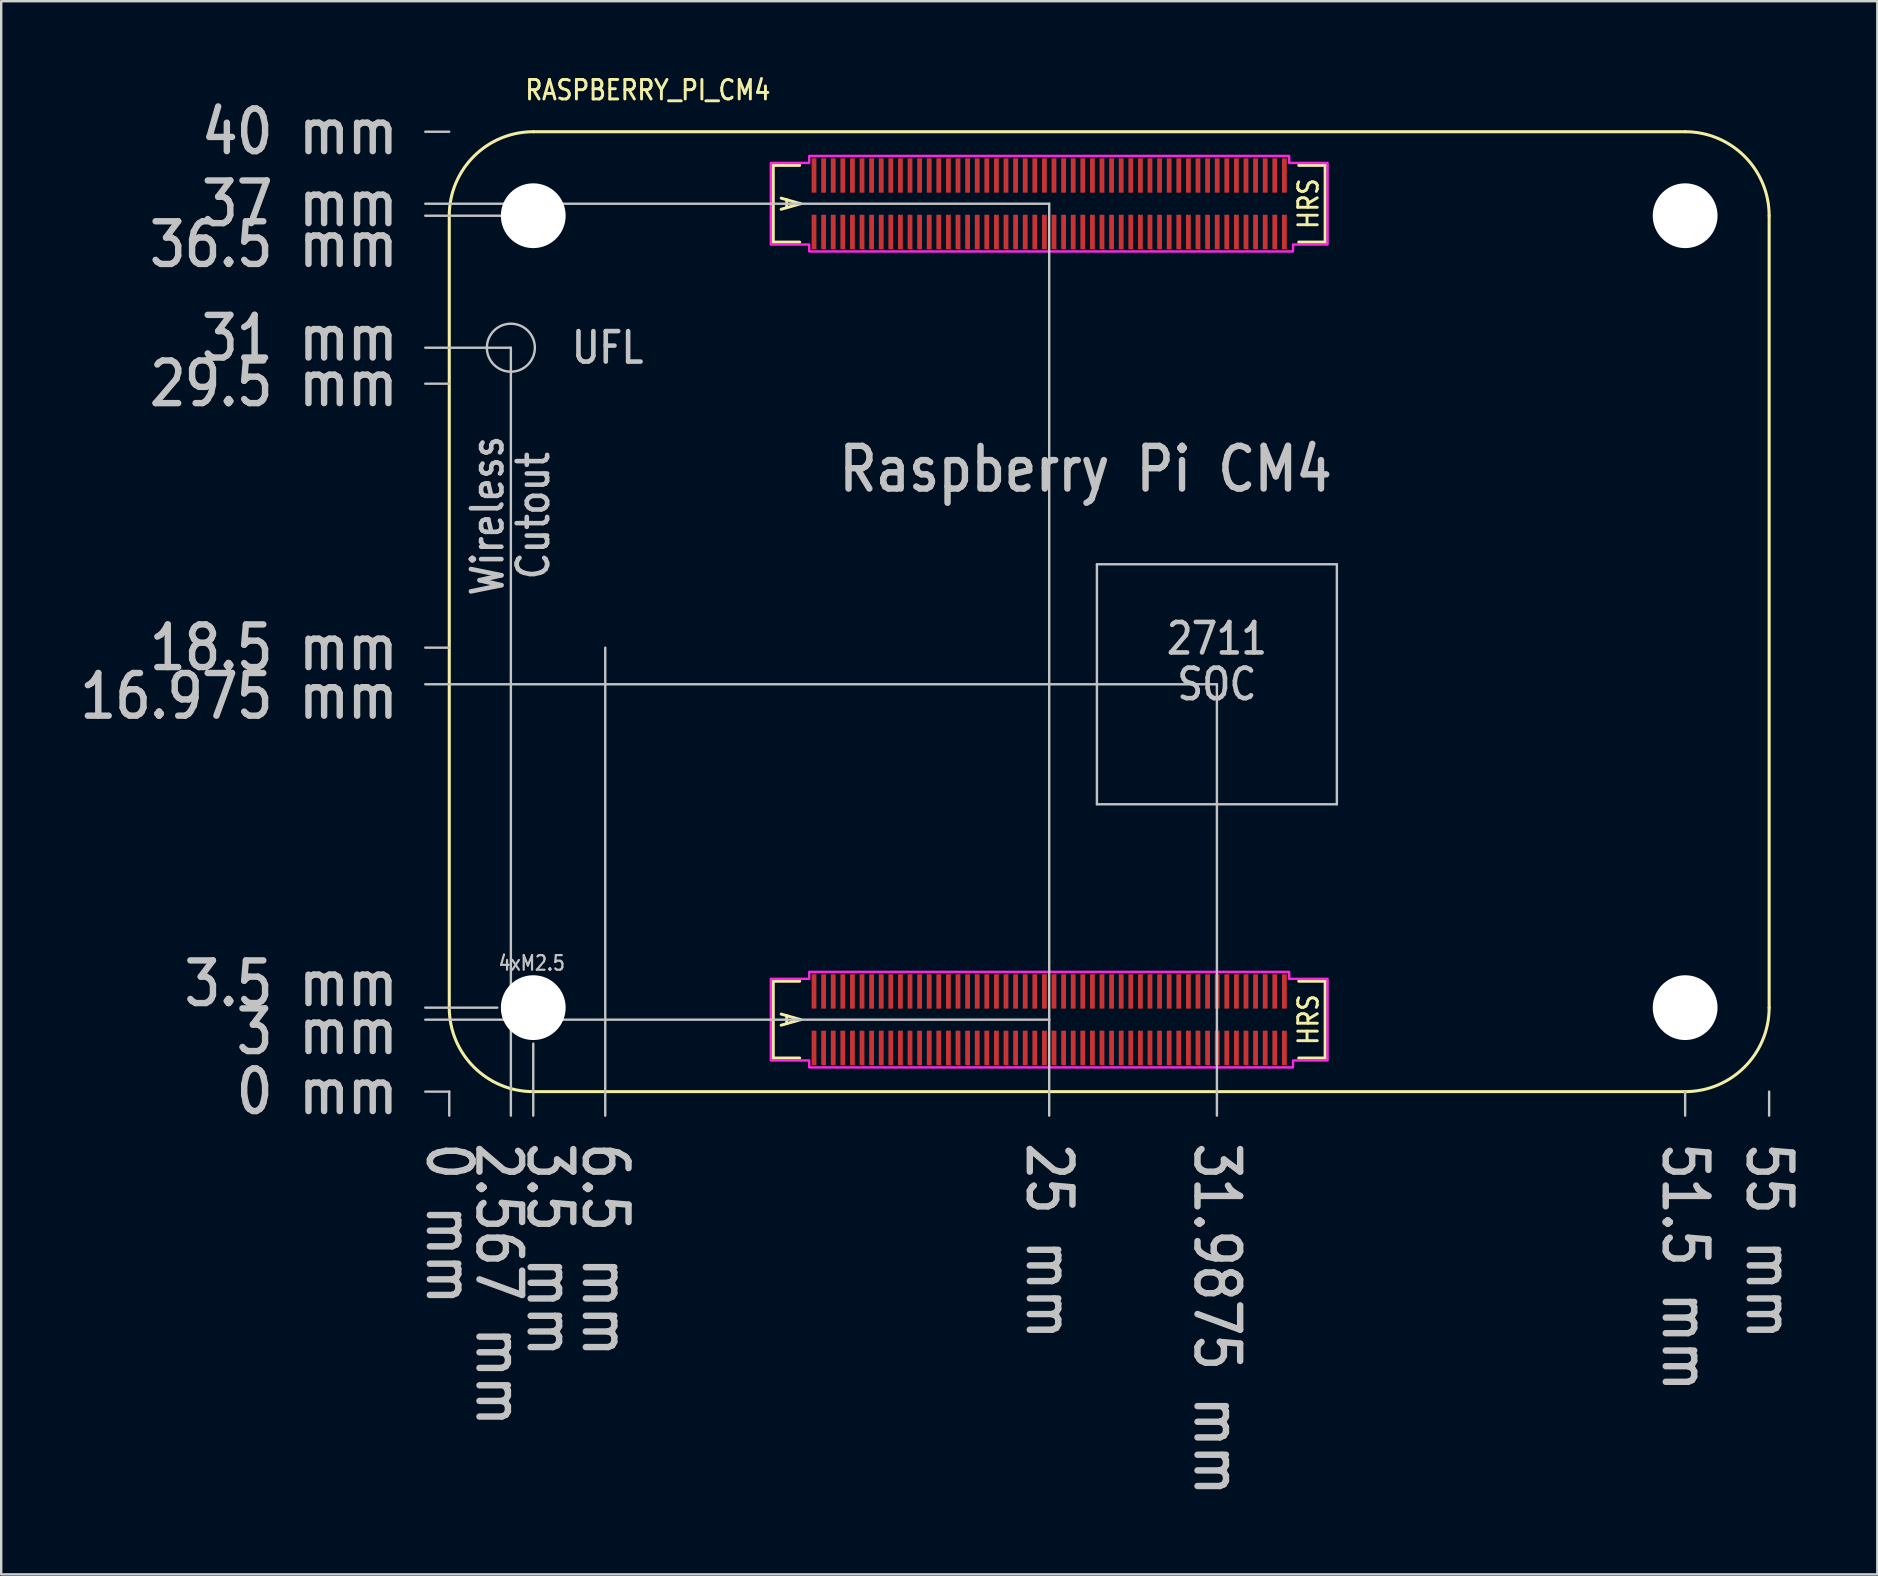
<source format=kicad_pcb>
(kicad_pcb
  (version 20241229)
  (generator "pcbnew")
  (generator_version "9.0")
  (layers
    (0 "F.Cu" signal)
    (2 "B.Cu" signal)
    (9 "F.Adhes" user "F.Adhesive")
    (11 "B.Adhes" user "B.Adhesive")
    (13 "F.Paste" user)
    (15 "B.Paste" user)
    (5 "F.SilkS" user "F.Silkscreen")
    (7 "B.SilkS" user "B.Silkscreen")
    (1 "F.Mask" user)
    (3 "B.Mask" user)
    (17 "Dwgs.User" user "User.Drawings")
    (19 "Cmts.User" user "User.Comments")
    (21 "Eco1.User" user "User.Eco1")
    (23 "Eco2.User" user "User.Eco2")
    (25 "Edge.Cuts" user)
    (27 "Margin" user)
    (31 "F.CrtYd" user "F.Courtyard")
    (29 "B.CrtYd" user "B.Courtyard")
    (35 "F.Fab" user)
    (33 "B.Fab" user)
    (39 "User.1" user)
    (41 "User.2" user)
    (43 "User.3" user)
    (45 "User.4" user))
  (footprint "RASPBERRY_PI_CM4"
    (layer "F.Cu")
    (at 15.671 42.439)
    (property "Reference" "RASPBERRY_PI_CM4" (at 3.1 -41.26 0) (unlocked yes) (layer "F.SilkS") (effects (font (size 0.813 0.695) (thickness 0.122)) (justify left bottom)))
    (fp_poly (pts (xy 0 -29.5) (xy 6.5 -29.5) (xy 6.5 -18.5) (xy 0 -18.5)) (stroke (width 0) (type solid)) (fill yes) (layer "F.Mask"))
    (fp_poly (pts (xy 6.5 -29.5) (xy 0 -29.5) (xy 0 -18.5) (xy 6.5 -18.5)) (stroke (width 0) (type solid)) (fill yes) (layer "B.Mask"))
    (fp_line (start 0 -3.5) (end 0 -36.5) (stroke (width 0.127) (type solid)) (layer "F.SilkS"))
    (fp_line (start 3.5 -40) (end 51.5 -40) (stroke (width 0.127) (type solid)) (layer "F.SilkS"))
    (fp_line (start 13.5 -38.6) (end 13.5 -35.4) (stroke (width 0.127) (type solid)) (layer "F.SilkS"))
    (fp_line (start 13.5 -35.4) (end 14.6 -35.4) (stroke (width 0.127) (type solid)) (layer "F.SilkS"))
    (fp_line (start 13.5 -4.6) (end 13.5 -1.4) (stroke (width 0.127) (type solid)) (layer "F.SilkS"))
    (fp_line (start 13.5 -1.4) (end 14.6 -1.4) (stroke (width 0.127) (type solid)) (layer "F.SilkS"))
    (fp_line (start 14.6 -38.6) (end 13.5 -38.6) (stroke (width 0.127) (type solid)) (layer "F.SilkS"))
    (fp_line (start 14.6 -4.6) (end 13.5 -4.6) (stroke (width 0.127) (type solid)) (layer "F.SilkS"))
    (fp_line (start 35.4 -38.6) (end 36.5 -38.6) (stroke (width 0.127) (type solid)) (layer "F.SilkS"))
    (fp_line (start 35.4 -4.6) (end 36.5 -4.6) (stroke (width 0.127) (type solid)) (layer "F.SilkS"))
    (fp_line (start 36.5 -38.6) (end 36.5 -35.4) (stroke (width 0.127) (type solid)) (layer "F.SilkS"))
    (fp_line (start 36.5 -35.4) (end 35.4 -35.4) (stroke (width 0.127) (type solid)) (layer "F.SilkS"))
    (fp_line (start 36.5 -4.6) (end 36.5 -1.4) (stroke (width 0.127) (type solid)) (layer "F.SilkS"))
    (fp_line (start 36.5 -1.4) (end 35.4 -1.4) (stroke (width 0.127) (type solid)) (layer "F.SilkS"))
    (fp_line (start 51.5 0) (end 3.5 0) (stroke (width 0.127) (type solid)) (layer "F.SilkS"))
    (fp_line (start 55 -36.5) (end 55 -3.5) (stroke (width 0.127) (type solid)) (layer "F.SilkS"))
    (fp_arc (start 0 -36.5) (mid 1.025126 -38.974874) (end 3.5 -40) (stroke (width 0.127) (type solid)) (layer "F.SilkS"))
    (fp_arc (start 3.5 0) (mid 1.025126 -1.025126) (end 0 -3.5) (stroke (width 0.127) (type solid)) (layer "F.SilkS"))
    (fp_arc (start 51.5 -40) (mid 53.974874 -38.974874) (end 55 -36.5) (stroke (width 0.127) (type solid)) (layer "F.SilkS"))
    (fp_arc (start 55 -3.5) (mid 53.974874 -1.025126) (end 51.5 0) (stroke (width 0.127) (type solid)) (layer "F.SilkS"))
    (fp_line (start 0 -40) (end -1 -40) (stroke (width 0.1) (type solid)) (layer "Dwgs.User"))
    (fp_line (start 0 -29.5) (end -1 -29.5) (stroke (width 0.1) (type solid)) (layer "Dwgs.User"))
    (fp_line (start 0 -18.5) (end -1 -18.5) (stroke (width 0.1) (type solid)) (layer "Dwgs.User"))
    (fp_line (start 0 0) (end -1 0) (stroke (width 0.1) (type solid)) (layer "Dwgs.User"))
    (fp_line (start 0 0) (end 0 1) (stroke (width 0.1) (type solid)) (layer "Dwgs.User"))
    (fp_line (start 2 -3.5) (end -1 -3.5) (stroke (width 0.1) (type solid)) (layer "Dwgs.User"))
    (fp_line (start 2.567 -31) (end -1 -31) (stroke (width 0.1) (type solid)) (layer "Dwgs.User"))
    (fp_line (start 2.567 -31) (end 2.567 1) (stroke (width 0.1) (type solid)) (layer "Dwgs.User"))
    (fp_line (start 3.5 -36.5) (end -1 -36.5) (stroke (width 0.1) (type solid)) (layer "Dwgs.User"))
    (fp_line (start 3.5 -2) (end 3.5 1) (stroke (width 0.1) (type solid)) (layer "Dwgs.User"))
    (fp_line (start 6.5 -18.5) (end 6.5 1) (stroke (width 0.1) (type solid)) (layer "Dwgs.User"))
    (fp_line (start 25 -37) (end -1 -37) (stroke (width 0.1) (type solid)) (layer "Dwgs.User"))
    (fp_line (start 25 -37) (end 25 -3) (stroke (width 0.1) (type solid)) (layer "Dwgs.User"))
    (fp_line (start 25 -3) (end -1 -3) (stroke (width 0.1) (type solid)) (layer "Dwgs.User"))
    (fp_line (start 25 -3) (end 25 1) (stroke (width 0.1) (type solid)) (layer "Dwgs.User"))
    (fp_line (start 26.988 -21.975) (end 26.988 -11.975) (stroke (width 0.1) (type solid)) (layer "Dwgs.User"))
    (fp_line (start 26.988 -21.975) (end 36.987 -21.975) (stroke (width 0.1) (type solid)) (layer "Dwgs.User"))
    (fp_line (start 31.988 -16.975) (end -1 -16.975) (stroke (width 0.1) (type solid)) (layer "Dwgs.User"))
    (fp_line (start 31.988 -16.975) (end 31.988 1) (stroke (width 0.1) (type solid)) (layer "Dwgs.User"))
    (fp_line (start 36.987 -21.975) (end 36.987 -11.975) (stroke (width 0.1) (type solid)) (layer "Dwgs.User"))
    (fp_line (start 36.987 -11.975) (end 26.988 -11.975) (stroke (width 0.1) (type solid)) (layer "Dwgs.User"))
    (fp_line (start 51.5 0) (end 51.5 1) (stroke (width 0.1) (type solid)) (layer "Dwgs.User"))
    (fp_line (start 55 0) (end 55 1) (stroke (width 0.1) (type solid)) (layer "Dwgs.User"))
    (fp_circle (center 2.567 -31) (end 3.567 -31) (stroke (width 0.1) (type solid)) (fill no) (layer "Dwgs.User"))
    (fp_poly (pts (xy 13.4 -38.7) (xy 15 -38.7) (xy 15 -38.99) (xy 35 -38.99) (xy 35 -38.7) (xy 36.6 -38.7) (xy 36.6 -35.3) (xy 35.16 -35.3) (xy 35.16 -35.01) (xy 15 -35.01) (xy 15 -35.3) (xy 13.4 -35.3)) (stroke (width 0.1) (type solid)) (fill no) (layer "F.CrtYd"))
    (fp_poly (pts (xy 13.4 -4.7) (xy 15 -4.7) (xy 15 -4.99) (xy 35 -4.99) (xy 35 -4.7) (xy 36.6 -4.7) (xy 36.6 -1.3) (xy 35.16 -1.3) (xy 35.16 -1.01) (xy 15 -1.01) (xy 15 -1.3) (xy 13.4 -1.3)) (stroke (width 0.1) (type solid)) (fill no) (layer "F.CrtYd"))
    (fp_text user "HRS" (at 35.8 -3 90) (unlocked yes) (layer "F.SilkS") (effects (font (size 0.813 0.695) (thickness 0.122))))
    (fp_text user "A" (at 14.2 -3 270) (unlocked yes) (layer "F.SilkS") (effects (font (size 0.813 0.695) (thickness 0.122))))
    (fp_text user "A" (at 14.2 -37 270) (unlocked yes) (layer "F.SilkS") (effects (font (size 0.813 0.695) (thickness 0.122))))
    (fp_text user "HRS" (at 35.8 -37 90) (unlocked yes) (layer "F.SilkS") (effects (font (size 0.813 0.695) (thickness 0.122))))
    (fp_text user "31 mm" (at -2 -31.4 0) (unlocked yes) (layer "Dwgs.User") (effects (font (size 1.778 1.52) (thickness 0.267)) (justify right)))
    (fp_text user "3 mm" (at -2 -2.5 0) (unlocked yes) (layer "Dwgs.User") (effects (font (size 1.778 1.52) (thickness 0.267)) (justify right)))
    (fp_text user "40 mm" (at -2 -40 0) (unlocked yes) (layer "Dwgs.User") (effects (font (size 1.778 1.52) (thickness 0.267)) (justify right)))
    (fp_text user "29.5 mm" (at -2 -29.5 0) (unlocked yes) (layer "Dwgs.User") (effects (font (size 1.778 1.52) (thickness 0.267)) (justify right)))
    (fp_text user "37 mm" (at -2 -37 0) (unlocked yes) (layer "Dwgs.User") (effects (font (size 1.778 1.52) (thickness 0.267)) (justify right)))
    (fp_text user "3.5 mm" (at -2 -4.5 0) (unlocked yes) (layer "Dwgs.User") (effects (font (size 1.778 1.52) (thickness 0.267)) (justify right)))
    (fp_text user "31.9875 mm" (at 31.988 2 270) (unlocked yes) (layer "Dwgs.User") (effects (font (size 1.778 1.52) (thickness 0.267)) (justify left)))
    (fp_text user "55 mm" (at 55 2 270) (unlocked yes) (layer "Dwgs.User") (effects (font (size 1.778 1.52) (thickness 0.267)) (justify left)))
    (fp_text user "36.5 mm" (at -2 -35.3 0) (unlocked yes) (layer "Dwgs.User") (effects (font (size 1.778 1.52) (thickness 0.267)) (justify right)))
    (fp_text user "UFL" (at 5 -31 0) (unlocked yes) (layer "Dwgs.User") (effects (font (size 1.27 1.086) (thickness 0.191)) (justify left)))
    (fp_text user "2711" (at 31.988 -18.88 0) (unlocked yes) (layer "Dwgs.User") (effects (font (size 1.27 1.086) (thickness 0.191))))
    (fp_text user "3.5 mm" (at 4.2 2 270) (unlocked yes) (layer "Dwgs.User") (effects (font (size 1.778 1.52) (thickness 0.267)) (justify left)))
    (fp_text user "25 mm" (at 25 2 270) (unlocked yes) (layer "Dwgs.User") (effects (font (size 1.778 1.52) (thickness 0.267)) (justify left)))
    (fp_text user "SOC" (at 31.988 -16.975 0) (unlocked yes) (layer "Dwgs.User") (effects (font (size 1.27 1.086) (thickness 0.191))))
    (fp_text user "6.5 mm" (at 6.5 2 270) (unlocked yes) (layer "Dwgs.User") (effects (font (size 1.778 1.52) (thickness 0.267)) (justify left)))
    (fp_text user "4xM2.5" (at 2 -5 0) (unlocked yes) (layer "Dwgs.User") (effects (font (size 0.61 0.521) (thickness 0.091)) (justify left bottom)))
    (fp_text user "0 mm" (at -2 0 0) (unlocked yes) (layer "Dwgs.User") (effects (font (size 1.778 1.52) (thickness 0.267)) (justify right)))
    (fp_text user "16.975 mm" (at -2 -16.475 0) (unlocked yes) (layer "Dwgs.User") (effects (font (size 1.778 1.52) (thickness 0.267)) (justify right)))
    (fp_text user "2.567 mm" (at 2.067 2 270) (unlocked yes) (layer "Dwgs.User") (effects (font (size 1.778 1.52) (thickness 0.267)) (justify left)))
    (fp_text user "18.5 mm" (at -2 -18.5 0) (unlocked yes) (layer "Dwgs.User") (effects (font (size 1.778 1.52) (thickness 0.267)) (justify right)))
    (fp_text user "Raspberry Pi CM4" (at 16.1 -24.9 0) (unlocked yes) (layer "Dwgs.User") (effects (font (size 1.778 1.52) (thickness 0.267)) (justify left bottom)))
    (fp_text user "Cutout" (at 3.5 -24 90) (unlocked yes) (layer "Dwgs.User") (effects (font (size 1.27 1.086) (thickness 0.191))))
    (fp_text user "51.5 mm" (at 51.5 2 270) (unlocked yes) (layer "Dwgs.User") (effects (font (size 1.778 1.52) (thickness 0.267)) (justify left)))
    (fp_text user "0 mm" (at 0 2 270) (unlocked yes) (layer "Dwgs.User") (effects (font (size 1.778 1.52) (thickness 0.267)) (justify left)))
    (fp_text user "Wireless" (at 1.595 -24 90) (unlocked yes) (layer "Dwgs.User") (effects (font (size 1.27 1.086) (thickness 0.191))))
    (pad "" np_thru_hole circle (at 3.5 -36.5) (size 2.7 2.7) (drill 2.7) (layers "*.Cu" "*.Mask"))
    (pad "" np_thru_hole circle (at 3.5 -3.5) (size 2.7 2.7) (drill 2.7) (layers "*.Cu" "*.Mask"))
    (pad "" np_thru_hole circle (at 51.5 -36.5) (size 2.7 2.7) (drill 2.7) (layers "*.Cu" "*.Mask"))
    (pad "" np_thru_hole circle (at 51.5 -3.5) (size 2.7 2.7) (drill 2.7) (layers "*.Cu" "*.Mask"))
    (pad "P$1" smd rect (at 34.8 -38.175) (size 0.2 1.43) (layers "F.Cu" "F.Mask" "F.Paste"))
    (pad "P$2" smd rect (at 34.8 -35.825) (size 0.2 1.43) (layers "F.Cu" "F.Mask" "F.Paste"))
    (pad "P$3" smd rect (at 34.4 -38.175) (size 0.2 1.43) (layers "F.Cu" "F.Mask" "F.Paste"))
    (pad "P$4" smd rect (at 34.4 -35.825) (size 0.2 1.43) (layers "F.Cu" "F.Mask" "F.Paste"))
    (pad "P$5" smd rect (at 34 -38.175) (size 0.2 1.43) (layers "F.Cu" "F.Mask" "F.Paste"))
    (pad "P$6" smd rect (at 34 -35.825) (size 0.2 1.43) (layers "F.Cu" "F.Mask" "F.Paste"))
    (pad "P$7" smd rect (at 33.6 -38.175) (size 0.2 1.43) (layers "F.Cu" "F.Mask" "F.Paste"))
    (pad "P$8" smd rect (at 33.6 -35.825) (size 0.2 1.43) (layers "F.Cu" "F.Mask" "F.Paste"))
    (pad "P$9" smd rect (at 33.2 -38.175) (size 0.2 1.43) (layers "F.Cu" "F.Mask" "F.Paste"))
    (pad "P$10" smd rect (at 33.2 -35.825) (size 0.2 1.43) (layers "F.Cu" "F.Mask" "F.Paste"))
    (pad "P$11" smd rect (at 32.8 -38.175) (size 0.2 1.43) (layers "F.Cu" "F.Mask" "F.Paste"))
    (pad "P$12" smd rect (at 32.8 -35.825) (size 0.2 1.43) (layers "F.Cu" "F.Mask" "F.Paste"))
    (pad "P$13" smd rect (at 32.4 -38.175) (size 0.2 1.43) (layers "F.Cu" "F.Mask" "F.Paste"))
    (pad "P$14" smd rect (at 32.4 -35.825) (size 0.2 1.43) (layers "F.Cu" "F.Mask" "F.Paste"))
    (pad "P$15" smd rect (at 32 -38.175) (size 0.2 1.43) (layers "F.Cu" "F.Mask" "F.Paste"))
    (pad "P$16" smd rect (at 32 -35.825) (size 0.2 1.43) (layers "F.Cu" "F.Mask" "F.Paste"))
    (pad "P$17" smd rect (at 31.6 -38.175) (size 0.2 1.43) (layers "F.Cu" "F.Mask" "F.Paste"))
    (pad "P$18" smd rect (at 31.6 -35.825) (size 0.2 1.43) (layers "F.Cu" "F.Mask" "F.Paste"))
    (pad "P$19" smd rect (at 31.2 -38.175) (size 0.2 1.43) (layers "F.Cu" "F.Mask" "F.Paste"))
    (pad "P$20" smd rect (at 31.2 -35.825) (size 0.2 1.43) (layers "F.Cu" "F.Mask" "F.Paste"))
    (pad "P$21" smd rect (at 30.8 -38.175) (size 0.2 1.43) (layers "F.Cu" "F.Mask" "F.Paste"))
    (pad "P$22" smd rect (at 30.8 -35.825) (size 0.2 1.43) (layers "F.Cu" "F.Mask" "F.Paste"))
    (pad "P$23" smd rect (at 30.4 -38.175) (size 0.2 1.43) (layers "F.Cu" "F.Mask" "F.Paste"))
    (pad "P$24" smd rect (at 30.4 -35.825) (size 0.2 1.43) (layers "F.Cu" "F.Mask" "F.Paste"))
    (pad "P$25" smd rect (at 30 -38.175) (size 0.2 1.43) (layers "F.Cu" "F.Mask" "F.Paste"))
    (pad "P$26" smd rect (at 30 -35.825) (size 0.2 1.43) (layers "F.Cu" "F.Mask" "F.Paste"))
    (pad "P$27" smd rect (at 29.6 -38.175) (size 0.2 1.43) (layers "F.Cu" "F.Mask" "F.Paste"))
    (pad "P$28" smd rect (at 29.6 -35.825) (size 0.2 1.43) (layers "F.Cu" "F.Mask" "F.Paste"))
    (pad "P$29" smd rect (at 29.2 -38.175) (size 0.2 1.43) (layers "F.Cu" "F.Mask" "F.Paste"))
    (pad "P$30" smd rect (at 29.2 -35.825) (size 0.2 1.43) (layers "F.Cu" "F.Mask" "F.Paste"))
    (pad "P$31" smd rect (at 28.8 -38.175) (size 0.2 1.43) (layers "F.Cu" "F.Mask" "F.Paste"))
    (pad "P$32" smd rect (at 28.8 -35.825) (size 0.2 1.43) (layers "F.Cu" "F.Mask" "F.Paste"))
    (pad "P$33" smd rect (at 28.4 -38.175) (size 0.2 1.43) (layers "F.Cu" "F.Mask" "F.Paste"))
    (pad "P$34" smd rect (at 28.4 -35.825) (size 0.2 1.43) (layers "F.Cu" "F.Mask" "F.Paste"))
    (pad "P$35" smd rect (at 28 -38.175) (size 0.2 1.43) (layers "F.Cu" "F.Mask" "F.Paste"))
    (pad "P$36" smd rect (at 28 -35.825) (size 0.2 1.43) (layers "F.Cu" "F.Mask" "F.Paste"))
    (pad "P$37" smd rect (at 27.6 -38.175) (size 0.2 1.43) (layers "F.Cu" "F.Mask" "F.Paste"))
    (pad "P$38" smd rect (at 27.6 -35.825) (size 0.2 1.43) (layers "F.Cu" "F.Mask" "F.Paste"))
    (pad "P$39" smd rect (at 27.2 -38.175) (size 0.2 1.43) (layers "F.Cu" "F.Mask" "F.Paste"))
    (pad "P$40" smd rect (at 27.2 -35.825) (size 0.2 1.43) (layers "F.Cu" "F.Mask" "F.Paste"))
    (pad "P$41" smd rect (at 26.8 -38.175) (size 0.2 1.43) (layers "F.Cu" "F.Mask" "F.Paste"))
    (pad "P$42" smd rect (at 26.8 -35.825) (size 0.2 1.43) (layers "F.Cu" "F.Mask" "F.Paste"))
    (pad "P$43" smd rect (at 26.4 -38.175) (size 0.2 1.43) (layers "F.Cu" "F.Mask" "F.Paste"))
    (pad "P$44" smd rect (at 26.4 -35.825) (size 0.2 1.43) (layers "F.Cu" "F.Mask" "F.Paste"))
    (pad "P$45" smd rect (at 26 -38.175) (size 0.2 1.43) (layers "F.Cu" "F.Mask" "F.Paste"))
    (pad "P$46" smd rect (at 26 -35.825) (size 0.2 1.43) (layers "F.Cu" "F.Mask" "F.Paste"))
    (pad "P$47" smd rect (at 25.6 -38.175) (size 0.2 1.43) (layers "F.Cu" "F.Mask" "F.Paste"))
    (pad "P$48" smd rect (at 25.6 -35.825) (size 0.2 1.43) (layers "F.Cu" "F.Mask" "F.Paste"))
    (pad "P$49" smd rect (at 25.2 -38.175) (size 0.2 1.43) (layers "F.Cu" "F.Mask" "F.Paste"))
    (pad "P$50" smd rect (at 25.2 -35.825) (size 0.2 1.43) (layers "F.Cu" "F.Mask" "F.Paste"))
    (pad "P$51" smd rect (at 24.8 -38.175) (size 0.2 1.43) (layers "F.Cu" "F.Mask" "F.Paste"))
    (pad "P$52" smd rect (at 24.8 -35.825) (size 0.2 1.43) (layers "F.Cu" "F.Mask" "F.Paste"))
    (pad "P$53" smd rect (at 24.4 -38.175) (size 0.2 1.43) (layers "F.Cu" "F.Mask" "F.Paste"))
    (pad "P$54" smd rect (at 24.4 -35.825) (size 0.2 1.43) (layers "F.Cu" "F.Mask" "F.Paste"))
    (pad "P$55" smd rect (at 24 -38.175) (size 0.2 1.43) (layers "F.Cu" "F.Mask" "F.Paste"))
    (pad "P$56" smd rect (at 24 -35.825) (size 0.2 1.43) (layers "F.Cu" "F.Mask" "F.Paste"))
    (pad "P$57" smd rect (at 23.6 -38.175) (size 0.2 1.43) (layers "F.Cu" "F.Mask" "F.Paste"))
    (pad "P$58" smd rect (at 23.6 -35.825) (size 0.2 1.43) (layers "F.Cu" "F.Mask" "F.Paste"))
    (pad "P$59" smd rect (at 23.2 -38.175) (size 0.2 1.43) (layers "F.Cu" "F.Mask" "F.Paste"))
    (pad "P$60" smd rect (at 23.2 -35.825) (size 0.2 1.43) (layers "F.Cu" "F.Mask" "F.Paste"))
    (pad "P$61" smd rect (at 22.8 -38.175) (size 0.2 1.43) (layers "F.Cu" "F.Mask" "F.Paste"))
    (pad "P$62" smd rect (at 22.8 -35.825) (size 0.2 1.43) (layers "F.Cu" "F.Mask" "F.Paste"))
    (pad "P$63" smd rect (at 22.4 -38.175) (size 0.2 1.43) (layers "F.Cu" "F.Mask" "F.Paste"))
    (pad "P$64" smd rect (at 22.4 -35.825) (size 0.2 1.43) (layers "F.Cu" "F.Mask" "F.Paste"))
    (pad "P$65" smd rect (at 22 -38.175) (size 0.2 1.43) (layers "F.Cu" "F.Mask" "F.Paste"))
    (pad "P$66" smd rect (at 22 -35.825) (size 0.2 1.43) (layers "F.Cu" "F.Mask" "F.Paste"))
    (pad "P$67" smd rect (at 21.6 -38.175) (size 0.2 1.43) (layers "F.Cu" "F.Mask" "F.Paste"))
    (pad "P$68" smd rect (at 21.6 -35.825) (size 0.2 1.43) (layers "F.Cu" "F.Mask" "F.Paste"))
    (pad "P$69" smd rect (at 21.2 -38.175) (size 0.2 1.43) (layers "F.Cu" "F.Mask" "F.Paste"))
    (pad "P$70" smd rect (at 21.2 -35.825) (size 0.2 1.43) (layers "F.Cu" "F.Mask" "F.Paste"))
    (pad "P$71" smd rect (at 20.8 -38.175) (size 0.2 1.43) (layers "F.Cu" "F.Mask" "F.Paste"))
    (pad "P$72" smd rect (at 20.8 -35.825) (size 0.2 1.43) (layers "F.Cu" "F.Mask" "F.Paste"))
    (pad "P$73" smd rect (at 20.4 -38.175) (size 0.2 1.43) (layers "F.Cu" "F.Mask" "F.Paste"))
    (pad "P$74" smd rect (at 20.4 -35.825) (size 0.2 1.43) (layers "F.Cu" "F.Mask" "F.Paste"))
    (pad "P$75" smd rect (at 20 -38.175) (size 0.2 1.43) (layers "F.Cu" "F.Mask" "F.Paste"))
    (pad "P$76" smd rect (at 20 -35.825) (size 0.2 1.43) (layers "F.Cu" "F.Mask" "F.Paste"))
    (pad "P$77" smd rect (at 19.6 -38.175) (size 0.2 1.43) (layers "F.Cu" "F.Mask" "F.Paste"))
    (pad "P$78" smd rect (at 19.6 -35.825) (size 0.2 1.43) (layers "F.Cu" "F.Mask" "F.Paste"))
    (pad "P$79" smd rect (at 19.2 -38.175) (size 0.2 1.43) (layers "F.Cu" "F.Mask" "F.Paste"))
    (pad "P$80" smd rect (at 19.2 -35.825) (size 0.2 1.43) (layers "F.Cu" "F.Mask" "F.Paste"))
    (pad "P$81" smd rect (at 18.8 -38.175) (size 0.2 1.43) (layers "F.Cu" "F.Mask" "F.Paste"))
    (pad "P$82" smd rect (at 18.8 -35.825) (size 0.2 1.43) (layers "F.Cu" "F.Mask" "F.Paste"))
    (pad "P$83" smd rect (at 18.4 -38.175) (size 0.2 1.43) (layers "F.Cu" "F.Mask" "F.Paste"))
    (pad "P$84" smd rect (at 18.4 -35.825) (size 0.2 1.43) (layers "F.Cu" "F.Mask" "F.Paste"))
    (pad "P$85" smd rect (at 18 -38.175) (size 0.2 1.43) (layers "F.Cu" "F.Mask" "F.Paste"))
    (pad "P$86" smd rect (at 18 -35.825) (size 0.2 1.43) (layers "F.Cu" "F.Mask" "F.Paste"))
    (pad "P$87" smd rect (at 17.6 -38.175) (size 0.2 1.43) (layers "F.Cu" "F.Mask" "F.Paste"))
    (pad "P$88" smd rect (at 17.6 -35.825) (size 0.2 1.43) (layers "F.Cu" "F.Mask" "F.Paste"))
    (pad "P$89" smd rect (at 17.2 -38.175) (size 0.2 1.43) (layers "F.Cu" "F.Mask" "F.Paste"))
    (pad "P$90" smd rect (at 17.2 -35.825) (size 0.2 1.43) (layers "F.Cu" "F.Mask" "F.Paste"))
    (pad "P$91" smd rect (at 16.8 -38.175) (size 0.2 1.43) (layers "F.Cu" "F.Mask" "F.Paste"))
    (pad "P$92" smd rect (at 16.8 -35.825) (size 0.2 1.43) (layers "F.Cu" "F.Mask" "F.Paste"))
    (pad "P$93" smd rect (at 16.4 -38.175) (size 0.2 1.43) (layers "F.Cu" "F.Mask" "F.Paste"))
    (pad "P$94" smd rect (at 16.4 -35.825) (size 0.2 1.43) (layers "F.Cu" "F.Mask" "F.Paste"))
    (pad "P$95" smd rect (at 16 -38.175) (size 0.2 1.43) (layers "F.Cu" "F.Mask" "F.Paste"))
    (pad "P$96" smd rect (at 16 -35.825) (size 0.2 1.43) (layers "F.Cu" "F.Mask" "F.Paste"))
    (pad "P$97" smd rect (at 15.6 -38.175) (size 0.2 1.43) (layers "F.Cu" "F.Mask" "F.Paste"))
    (pad "P$98" smd rect (at 15.6 -35.825) (size 0.2 1.43) (layers "F.Cu" "F.Mask" "F.Paste"))
    (pad "P$99" smd rect (at 15.2 -38.175) (size 0.2 1.43) (layers "F.Cu" "F.Mask" "F.Paste"))
    (pad "P$100" smd rect (at 15.2 -35.825) (size 0.2 1.43) (layers "F.Cu" "F.Mask" "F.Paste"))
    (pad "P$101" smd rect (at 34.8 -4.175) (size 0.2 1.43) (layers "F.Cu" "F.Mask" "F.Paste"))
    (pad "P$102" smd rect (at 34.8 -1.825) (size 0.2 1.43) (layers "F.Cu" "F.Mask" "F.Paste"))
    (pad "P$103" smd rect (at 34.4 -4.175) (size 0.2 1.43) (layers "F.Cu" "F.Mask" "F.Paste"))
    (pad "P$104" smd rect (at 34.4 -1.825) (size 0.2 1.43) (layers "F.Cu" "F.Mask" "F.Paste"))
    (pad "P$105" smd rect (at 34 -4.175) (size 0.2 1.43) (layers "F.Cu" "F.Mask" "F.Paste"))
    (pad "P$106" smd rect (at 34 -1.825) (size 0.2 1.43) (layers "F.Cu" "F.Mask" "F.Paste"))
    (pad "P$107" smd rect (at 33.6 -4.175) (size 0.2 1.43) (layers "F.Cu" "F.Mask" "F.Paste"))
    (pad "P$108" smd rect (at 33.6 -1.825) (size 0.2 1.43) (layers "F.Cu" "F.Mask" "F.Paste"))
    (pad "P$109" smd rect (at 33.2 -4.175) (size 0.2 1.43) (layers "F.Cu" "F.Mask" "F.Paste"))
    (pad "P$110" smd rect (at 33.2 -1.825) (size 0.2 1.43) (layers "F.Cu" "F.Mask" "F.Paste"))
    (pad "P$111" smd rect (at 32.8 -4.175) (size 0.2 1.43) (layers "F.Cu" "F.Mask" "F.Paste"))
    (pad "P$112" smd rect (at 32.8 -1.825) (size 0.2 1.43) (layers "F.Cu" "F.Mask" "F.Paste"))
    (pad "P$113" smd rect (at 32.4 -4.175) (size 0.2 1.43) (layers "F.Cu" "F.Mask" "F.Paste"))
    (pad "P$114" smd rect (at 32.4 -1.825) (size 0.2 1.43) (layers "F.Cu" "F.Mask" "F.Paste"))
    (pad "P$115" smd rect (at 32 -4.175) (size 0.2 1.43) (layers "F.Cu" "F.Mask" "F.Paste"))
    (pad "P$116" smd rect (at 32 -1.825) (size 0.2 1.43) (layers "F.Cu" "F.Mask" "F.Paste"))
    (pad "P$117" smd rect (at 31.6 -4.175) (size 0.2 1.43) (layers "F.Cu" "F.Mask" "F.Paste"))
    (pad "P$118" smd rect (at 31.6 -1.825) (size 0.2 1.43) (layers "F.Cu" "F.Mask" "F.Paste"))
    (pad "P$119" smd rect (at 31.2 -4.175) (size 0.2 1.43) (layers "F.Cu" "F.Mask" "F.Paste"))
    (pad "P$120" smd rect (at 31.2 -1.825) (size 0.2 1.43) (layers "F.Cu" "F.Mask" "F.Paste"))
    (pad "P$121" smd rect (at 30.8 -4.175) (size 0.2 1.43) (layers "F.Cu" "F.Mask" "F.Paste"))
    (pad "P$122" smd rect (at 30.8 -1.825) (size 0.2 1.43) (layers "F.Cu" "F.Mask" "F.Paste"))
    (pad "P$123" smd rect (at 30.4 -4.175) (size 0.2 1.43) (layers "F.Cu" "F.Mask" "F.Paste"))
    (pad "P$124" smd rect (at 30.4 -1.825) (size 0.2 1.43) (layers "F.Cu" "F.Mask" "F.Paste"))
    (pad "P$125" smd rect (at 30 -4.175) (size 0.2 1.43) (layers "F.Cu" "F.Mask" "F.Paste"))
    (pad "P$126" smd rect (at 30 -1.825) (size 0.2 1.43) (layers "F.Cu" "F.Mask" "F.Paste"))
    (pad "P$127" smd rect (at 29.6 -4.175) (size 0.2 1.43) (layers "F.Cu" "F.Mask" "F.Paste"))
    (pad "P$128" smd rect (at 29.6 -1.825) (size 0.2 1.43) (layers "F.Cu" "F.Mask" "F.Paste"))
    (pad "P$129" smd rect (at 29.2 -4.175) (size 0.2 1.43) (layers "F.Cu" "F.Mask" "F.Paste"))
    (pad "P$130" smd rect (at 29.2 -1.825) (size 0.2 1.43) (layers "F.Cu" "F.Mask" "F.Paste"))
    (pad "P$131" smd rect (at 28.8 -4.175) (size 0.2 1.43) (layers "F.Cu" "F.Mask" "F.Paste"))
    (pad "P$132" smd rect (at 28.8 -1.825) (size 0.2 1.43) (layers "F.Cu" "F.Mask" "F.Paste"))
    (pad "P$133" smd rect (at 28.4 -4.175) (size 0.2 1.43) (layers "F.Cu" "F.Mask" "F.Paste"))
    (pad "P$134" smd rect (at 28.4 -1.825) (size 0.2 1.43) (layers "F.Cu" "F.Mask" "F.Paste"))
    (pad "P$135" smd rect (at 28 -4.175) (size 0.2 1.43) (layers "F.Cu" "F.Mask" "F.Paste"))
    (pad "P$136" smd rect (at 28 -1.825) (size 0.2 1.43) (layers "F.Cu" "F.Mask" "F.Paste"))
    (pad "P$137" smd rect (at 27.6 -4.175) (size 0.2 1.43) (layers "F.Cu" "F.Mask" "F.Paste"))
    (pad "P$138" smd rect (at 27.6 -1.825) (size 0.2 1.43) (layers "F.Cu" "F.Mask" "F.Paste"))
    (pad "P$139" smd rect (at 27.2 -4.175) (size 0.2 1.43) (layers "F.Cu" "F.Mask" "F.Paste"))
    (pad "P$140" smd rect (at 27.2 -1.825) (size 0.2 1.43) (layers "F.Cu" "F.Mask" "F.Paste"))
    (pad "P$141" smd rect (at 26.8 -4.175) (size 0.2 1.43) (layers "F.Cu" "F.Mask" "F.Paste"))
    (pad "P$142" smd rect (at 26.8 -1.825) (size 0.2 1.43) (layers "F.Cu" "F.Mask" "F.Paste"))
    (pad "P$143" smd rect (at 26.4 -4.175) (size 0.2 1.43) (layers "F.Cu" "F.Mask" "F.Paste"))
    (pad "P$144" smd rect (at 26.4 -1.825) (size 0.2 1.43) (layers "F.Cu" "F.Mask" "F.Paste"))
    (pad "P$145" smd rect (at 26 -4.175) (size 0.2 1.43) (layers "F.Cu" "F.Mask" "F.Paste"))
    (pad "P$146" smd rect (at 26 -1.825) (size 0.2 1.43) (layers "F.Cu" "F.Mask" "F.Paste"))
    (pad "P$147" smd rect (at 25.6 -4.175) (size 0.2 1.43) (layers "F.Cu" "F.Mask" "F.Paste"))
    (pad "P$148" smd rect (at 25.6 -1.825) (size 0.2 1.43) (layers "F.Cu" "F.Mask" "F.Paste"))
    (pad "P$149" smd rect (at 25.2 -4.175) (size 0.2 1.43) (layers "F.Cu" "F.Mask" "F.Paste"))
    (pad "P$150" smd rect (at 25.2 -1.825) (size 0.2 1.43) (layers "F.Cu" "F.Mask" "F.Paste"))
    (pad "P$151" smd rect (at 24.8 -4.175) (size 0.2 1.43) (layers "F.Cu" "F.Mask" "F.Paste"))
    (pad "P$152" smd rect (at 24.8 -1.825) (size 0.2 1.43) (layers "F.Cu" "F.Mask" "F.Paste"))
    (pad "P$153" smd rect (at 24.4 -4.175) (size 0.2 1.43) (layers "F.Cu" "F.Mask" "F.Paste"))
    (pad "P$154" smd rect (at 24.4 -1.825) (size 0.2 1.43) (layers "F.Cu" "F.Mask" "F.Paste"))
    (pad "P$155" smd rect (at 24 -4.175) (size 0.2 1.43) (layers "F.Cu" "F.Mask" "F.Paste"))
    (pad "P$156" smd rect (at 24 -1.825) (size 0.2 1.43) (layers "F.Cu" "F.Mask" "F.Paste"))
    (pad "P$157" smd rect (at 23.6 -4.175) (size 0.2 1.43) (layers "F.Cu" "F.Mask" "F.Paste"))
    (pad "P$158" smd rect (at 23.6 -1.825) (size 0.2 1.43) (layers "F.Cu" "F.Mask" "F.Paste"))
    (pad "P$159" smd rect (at 23.2 -4.175) (size 0.2 1.43) (layers "F.Cu" "F.Mask" "F.Paste"))
    (pad "P$160" smd rect (at 23.2 -1.825) (size 0.2 1.43) (layers "F.Cu" "F.Mask" "F.Paste"))
    (pad "P$161" smd rect (at 22.8 -4.175) (size 0.2 1.43) (layers "F.Cu" "F.Mask" "F.Paste"))
    (pad "P$162" smd rect (at 22.8 -1.825) (size 0.2 1.43) (layers "F.Cu" "F.Mask" "F.Paste"))
    (pad "P$163" smd rect (at 22.4 -4.175) (size 0.2 1.43) (layers "F.Cu" "F.Mask" "F.Paste"))
    (pad "P$164" smd rect (at 22.4 -1.825) (size 0.2 1.43) (layers "F.Cu" "F.Mask" "F.Paste"))
    (pad "P$165" smd rect (at 22 -4.175) (size 0.2 1.43) (layers "F.Cu" "F.Mask" "F.Paste"))
    (pad "P$166" smd rect (at 22 -1.825) (size 0.2 1.43) (layers "F.Cu" "F.Mask" "F.Paste"))
    (pad "P$167" smd rect (at 21.6 -4.175) (size 0.2 1.43) (layers "F.Cu" "F.Mask" "F.Paste"))
    (pad "P$168" smd rect (at 21.6 -1.825) (size 0.2 1.43) (layers "F.Cu" "F.Mask" "F.Paste"))
    (pad "P$169" smd rect (at 21.2 -4.175) (size 0.2 1.43) (layers "F.Cu" "F.Mask" "F.Paste"))
    (pad "P$170" smd rect (at 21.2 -1.825) (size 0.2 1.43) (layers "F.Cu" "F.Mask" "F.Paste"))
    (pad "P$171" smd rect (at 20.8 -4.175) (size 0.2 1.43) (layers "F.Cu" "F.Mask" "F.Paste"))
    (pad "P$172" smd rect (at 20.8 -1.825) (size 0.2 1.43) (layers "F.Cu" "F.Mask" "F.Paste"))
    (pad "P$173" smd rect (at 20.4 -4.175) (size 0.2 1.43) (layers "F.Cu" "F.Mask" "F.Paste"))
    (pad "P$174" smd rect (at 20.4 -1.825) (size 0.2 1.43) (layers "F.Cu" "F.Mask" "F.Paste"))
    (pad "P$175" smd rect (at 20 -4.175) (size 0.2 1.43) (layers "F.Cu" "F.Mask" "F.Paste"))
    (pad "P$176" smd rect (at 20 -1.825) (size 0.2 1.43) (layers "F.Cu" "F.Mask" "F.Paste"))
    (pad "P$177" smd rect (at 19.6 -4.175) (size 0.2 1.43) (layers "F.Cu" "F.Mask" "F.Paste"))
    (pad "P$178" smd rect (at 19.6 -1.825) (size 0.2 1.43) (layers "F.Cu" "F.Mask" "F.Paste"))
    (pad "P$179" smd rect (at 19.2 -4.175) (size 0.2 1.43) (layers "F.Cu" "F.Mask" "F.Paste"))
    (pad "P$180" smd rect (at 19.2 -1.825) (size 0.2 1.43) (layers "F.Cu" "F.Mask" "F.Paste"))
    (pad "P$181" smd rect (at 18.8 -4.175) (size 0.2 1.43) (layers "F.Cu" "F.Mask" "F.Paste"))
    (pad "P$182" smd rect (at 18.8 -1.825) (size 0.2 1.43) (layers "F.Cu" "F.Mask" "F.Paste"))
    (pad "P$183" smd rect (at 18.4 -4.175) (size 0.2 1.43) (layers "F.Cu" "F.Mask" "F.Paste"))
    (pad "P$184" smd rect (at 18.4 -1.825) (size 0.2 1.43) (layers "F.Cu" "F.Mask" "F.Paste"))
    (pad "P$185" smd rect (at 18 -4.175) (size 0.2 1.43) (layers "F.Cu" "F.Mask" "F.Paste"))
    (pad "P$186" smd rect (at 18 -1.825) (size 0.2 1.43) (layers "F.Cu" "F.Mask" "F.Paste"))
    (pad "P$187" smd rect (at 17.6 -4.175) (size 0.2 1.43) (layers "F.Cu" "F.Mask" "F.Paste"))
    (pad "P$188" smd rect (at 17.6 -1.825) (size 0.2 1.43) (layers "F.Cu" "F.Mask" "F.Paste"))
    (pad "P$189" smd rect (at 17.2 -4.175) (size 0.2 1.43) (layers "F.Cu" "F.Mask" "F.Paste"))
    (pad "P$190" smd rect (at 17.2 -1.825) (size 0.2 1.43) (layers "F.Cu" "F.Mask" "F.Paste"))
    (pad "P$191" smd rect (at 16.8 -4.175) (size 0.2 1.43) (layers "F.Cu" "F.Mask" "F.Paste"))
    (pad "P$192" smd rect (at 16.8 -1.825) (size 0.2 1.43) (layers "F.Cu" "F.Mask" "F.Paste"))
    (pad "P$193" smd rect (at 16.4 -4.175) (size 0.2 1.43) (layers "F.Cu" "F.Mask" "F.Paste"))
    (pad "P$194" smd rect (at 16.4 -1.825) (size 0.2 1.43) (layers "F.Cu" "F.Mask" "F.Paste"))
    (pad "P$195" smd rect (at 16 -4.175) (size 0.2 1.43) (layers "F.Cu" "F.Mask" "F.Paste"))
    (pad "P$196" smd rect (at 16 -1.825) (size 0.2 1.43) (layers "F.Cu" "F.Mask" "F.Paste"))
    (pad "P$197" smd rect (at 15.6 -4.175) (size 0.2 1.43) (layers "F.Cu" "F.Mask" "F.Paste"))
    (pad "P$198" smd rect (at 15.6 -1.825) (size 0.2 1.43) (layers "F.Cu" "F.Mask" "F.Paste"))
    (pad "P$199" smd rect (at 15.2 -4.175) (size 0.2 1.43) (layers "F.Cu" "F.Mask" "F.Paste"))
    (pad "P$200" smd rect (at 15.2 -1.825) (size 0.2 1.43) (layers "F.Cu" "F.Mask" "F.Paste")))
  (gr_rect
    (start -3 -3)
    (end 75.179 62.557)
    (stroke (width 0.1) (type default))
    (fill no)
    (layer "Edge.Cuts")))
</source>
